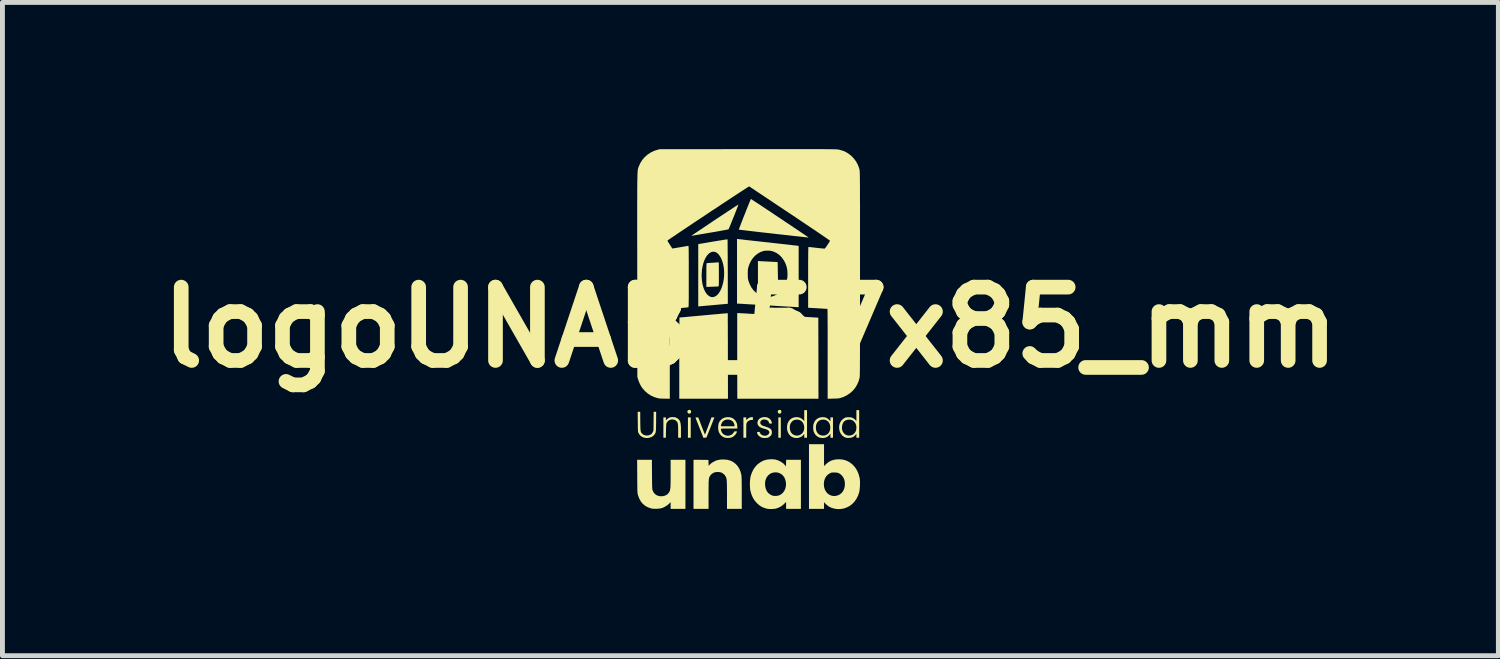
<source format=kicad_pcb>
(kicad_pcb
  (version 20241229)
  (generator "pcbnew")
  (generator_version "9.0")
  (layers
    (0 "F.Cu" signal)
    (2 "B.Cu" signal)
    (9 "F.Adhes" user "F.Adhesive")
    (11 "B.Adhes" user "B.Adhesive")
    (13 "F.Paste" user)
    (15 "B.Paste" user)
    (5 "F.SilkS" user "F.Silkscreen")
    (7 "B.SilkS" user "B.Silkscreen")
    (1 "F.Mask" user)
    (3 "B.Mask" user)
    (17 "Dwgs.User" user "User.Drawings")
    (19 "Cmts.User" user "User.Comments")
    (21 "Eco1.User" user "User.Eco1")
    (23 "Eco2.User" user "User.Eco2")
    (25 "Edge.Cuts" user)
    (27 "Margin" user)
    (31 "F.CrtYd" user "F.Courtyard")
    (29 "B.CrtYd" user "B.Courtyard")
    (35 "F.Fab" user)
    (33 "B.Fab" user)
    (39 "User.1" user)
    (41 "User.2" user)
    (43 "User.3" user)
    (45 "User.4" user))
  (footprint "logoUNAB_57x85_mm"
    (layer "F.Cu")
    (at 12.3 3.645)
    (property "Reference" "logoUNAB_57x85_mm" (at 0 0 0) (layer "F.SilkS") (effects (font (size 1.5 1.5) (thickness 0.3))))
    (attr board_only exclude_from_pos_files exclude_from_bom)
    (fp_poly (pts (xy -1.221 2.051) (xy -1.221 2.259) (xy -1.249 2.259) (xy -1.278 2.259) (xy -1.278 2.051) (xy -1.278 1.843) (xy -1.249 1.843) (xy -1.221 1.843)) (stroke (width 0) (type solid)) (fill yes) (layer "F.SilkS"))
    (fp_poly (pts (xy 0.622 2.051) (xy 0.622 2.259) (xy 0.596 2.259) (xy 0.571 2.259) (xy 0.571 2.051) (xy 0.571 1.843) (xy 0.596 1.843) (xy 0.622 1.843)) (stroke (width 0) (type solid)) (fill yes) (layer "F.SilkS"))
    (fp_poly (pts (xy -1.234 1.691) (xy -1.222 1.7) (xy -1.216 1.71) (xy -1.212 1.729) (xy -1.217 1.747) (xy -1.229 1.76) (xy -1.245 1.768) (xy -1.261 1.765) (xy -1.274 1.757) (xy -1.287 1.741) (xy -1.29 1.724) (xy -1.285 1.707) (xy -1.273 1.695) (xy -1.255 1.689) (xy -1.252 1.689)) (stroke (width 0) (type solid)) (fill yes) (layer "F.SilkS"))
    (fp_poly (pts (xy 0.62 1.694) (xy 0.624 1.698) (xy 0.632 1.712) (xy 0.633 1.731) (xy 0.628 1.749) (xy 0.622 1.757) (xy 0.605 1.767) (xy 0.587 1.766) (xy 0.572 1.757) (xy 0.562 1.741) (xy 0.559 1.723) (xy 0.564 1.705) (xy 0.57 1.698) (xy 0.585 1.691) (xy 0.603 1.689)) (stroke (width 0) (type solid)) (fill yes) (layer "F.SilkS"))
    (fp_poly (pts (xy 0.051 1.866) (xy 0.051 1.894) (xy 0.029 1.894) (xy -0.006 1.899) (xy -0.037 1.912) (xy -0.061 1.932) (xy -0.075 1.954) (xy -0.078 1.962) (xy -0.081 1.972) (xy -0.083 1.984) (xy -0.084 2.001) (xy -0.085 2.024) (xy -0.085 2.055) (xy -0.085 2.095) (xy -0.085 2.118) (xy -0.086 2.259) (xy -0.114 2.259) (xy -0.143 2.259) (xy -0.143 2.051) (xy -0.143 1.843) (xy -0.114 1.843) (xy -0.086 1.843) (xy -0.086 1.872) (xy -0.086 1.901) (xy -0.066 1.88) (xy -0.04 1.859) (xy -0.009 1.844) (xy 0.023 1.837) (xy 0.027 1.837) (xy 0.051 1.837)) (stroke (width 0) (type solid)) (fill yes) (layer "F.SilkS"))
    (fp_poly (pts (xy -0.264 -0.291) (xy -0.247 -0.29) (xy -0.22 -0.289) (xy -0.184 -0.287) (xy -0.139 -0.285) (xy -0.086 -0.282) (xy -0.025 -0.278) (xy 0.043 -0.275) (xy 0.117 -0.27) (xy 0.196 -0.266) (xy 0.281 -0.261) (xy 0.37 -0.256) (xy 0.464 -0.251) (xy 0.56 -0.245) (xy 0.561 -0.245) (xy 1.389 -0.197) (xy 1.391 0.632) (xy 1.392 1.461) (xy 0.562 1.461) (xy -0.268 1.461) (xy -0.27 0.586) (xy -0.27 0.487) (xy -0.27 0.391) (xy -0.27 0.299) (xy -0.27 0.212) (xy -0.27 0.129) (xy -0.27 0.052) (xy -0.27 -0.019) (xy -0.27 -0.083) (xy -0.27 -0.14) (xy -0.27 -0.189) (xy -0.27 -0.229) (xy -0.27 -0.259) (xy -0.27 -0.28) (xy -0.269 -0.29) (xy -0.269 -0.291)) (stroke (width 0) (type solid)) (fill yes) (layer "F.SilkS"))
    (fp_poly (pts (xy 0.184 -1.354) (xy 0.197 -1.353) (xy 0.22 -1.352) (xy 0.251 -1.35) (xy 0.288 -1.348) (xy 0.33 -1.346) (xy 0.374 -1.344) (xy 0.385 -1.343) (xy 0.428 -1.341) (xy 0.467 -1.339) (xy 0.5 -1.337) (xy 0.527 -1.336) (xy 0.546 -1.334) (xy 0.556 -1.334) (xy 0.557 -1.333) (xy 0.557 -1.328) (xy 0.557 -1.312) (xy 0.558 -1.286) (xy 0.559 -1.253) (xy 0.559 -1.214) (xy 0.56 -1.168) (xy 0.561 -1.118) (xy 0.562 -1.08) (xy 0.566 -0.827) (xy 0.53 -0.828) (xy 0.512 -0.829) (xy 0.486 -0.83) (xy 0.453 -0.831) (xy 0.417 -0.832) (xy 0.385 -0.833) (xy 0.346 -0.835) (xy 0.305 -0.836) (xy 0.267 -0.837) (xy 0.234 -0.838) (xy 0.215 -0.838) (xy 0.154 -0.839) (xy 0.154 -1.097) (xy 0.154 -1.356)) (stroke (width 0) (type solid)) (fill yes) (layer "F.SilkS"))
    (fp_poly (pts (xy -0.745 1.864) (xy -0.749 1.874) (xy -0.756 1.894) (xy -0.767 1.921) (xy -0.78 1.955) (xy -0.796 1.994) (xy -0.812 2.036) (xy -0.826 2.071) (xy -0.899 2.256) (xy -0.93 2.258) (xy -0.962 2.26) (xy -1.04 2.061) (xy -1.058 2.016) (xy -1.074 1.974) (xy -1.089 1.936) (xy -1.102 1.904) (xy -1.112 1.878) (xy -1.118 1.861) (xy -1.122 1.853) (xy -1.122 1.852) (xy -1.123 1.847) (xy -1.118 1.844) (xy -1.107 1.843) (xy -1.095 1.844) (xy -1.065 1.846) (xy -0.999 2.021) (xy -0.983 2.063) (xy -0.968 2.101) (xy -0.955 2.134) (xy -0.944 2.161) (xy -0.936 2.181) (xy -0.931 2.192) (xy -0.93 2.194) (xy -0.927 2.188) (xy -0.921 2.173) (xy -0.912 2.15) (xy -0.9 2.12) (xy -0.886 2.084) (xy -0.871 2.044) (xy -0.861 2.017) (xy -0.796 1.843) (xy -0.766 1.843) (xy -0.736 1.843)) (stroke (width 0) (type solid)) (fill yes) (layer "F.SilkS"))
    (fp_poly (pts (xy -0.648 -1.324) (xy -0.647 -1.308) (xy -0.646 -1.283) (xy -0.646 -1.25) (xy -0.645 -1.211) (xy -0.645 -1.166) (xy -0.645 -1.116) (xy -0.645 -1.084) (xy -0.645 -1.025) (xy -0.645 -0.976) (xy -0.645 -0.936) (xy -0.645 -0.905) (xy -0.646 -0.881) (xy -0.647 -0.864) (xy -0.648 -0.852) (xy -0.649 -0.844) (xy -0.651 -0.839) (xy -0.653 -0.837) (xy -0.655 -0.837) (xy -0.663 -0.836) (xy -0.681 -0.834) (xy -0.707 -0.833) (xy -0.739 -0.832) (xy -0.774 -0.83) (xy -0.783 -0.83) (xy -0.901 -0.826) (xy -0.901 -1.069) (xy -0.901 -1.131) (xy -0.901 -1.182) (xy -0.901 -1.223) (xy -0.9 -1.255) (xy -0.899 -1.279) (xy -0.898 -1.296) (xy -0.897 -1.307) (xy -0.895 -1.312) (xy -0.894 -1.312) (xy -0.887 -1.313) (xy -0.869 -1.314) (xy -0.845 -1.316) (xy -0.814 -1.318) (xy -0.779 -1.32) (xy -0.77 -1.321) (xy -0.735 -1.323) (xy -0.703 -1.326) (xy -0.677 -1.327) (xy -0.659 -1.329) (xy -0.65 -1.329) (xy -0.649 -1.329)) (stroke (width 0) (type solid)) (fill yes) (layer "F.SilkS"))
    (fp_poly (pts (xy -0.464 -0.283) (xy -0.463 -0.266) (xy -0.463 -0.24) (xy -0.463 -0.203) (xy -0.463 -0.158) (xy -0.463 -0.105) (xy -0.462 -0.043) (xy -0.462 0.025) (xy -0.462 0.1) (xy -0.462 0.18) (xy -0.461 0.266) (xy -0.461 0.357) (xy -0.461 0.451) (xy -0.461 0.549) (xy -0.461 0.587) (xy -0.459 1.461) (xy -0.957 1.461) (xy -1.455 1.461) (xy -1.455 0.63) (xy -1.455 0.534) (xy -1.455 0.441) (xy -1.455 0.351) (xy -1.454 0.267) (xy -1.454 0.187) (xy -1.454 0.112) (xy -1.454 0.045) (xy -1.453 -0.016) (xy -1.453 -0.07) (xy -1.452 -0.115) (xy -1.452 -0.151) (xy -1.452 -0.177) (xy -1.451 -0.194) (xy -1.451 -0.2) (xy -1.451 -0.2) (xy -1.444 -0.2) (xy -1.428 -0.202) (xy -1.401 -0.204) (xy -1.366 -0.207) (xy -1.323 -0.211) (xy -1.272 -0.216) (xy -1.215 -0.221) (xy -1.152 -0.227) (xy -1.085 -0.233) (xy -1.014 -0.239) (xy -0.956 -0.245) (xy -0.882 -0.251) (xy -0.812 -0.258) (xy -0.746 -0.264) (xy -0.684 -0.269) (xy -0.629 -0.274) (xy -0.58 -0.279) (xy -0.539 -0.282) (xy -0.506 -0.285) (xy -0.482 -0.287) (xy -0.467 -0.288) (xy -0.464 -0.288)) (stroke (width 0) (type solid)) (fill yes) (layer "F.SilkS"))
    (fp_poly (pts (xy -1.548 1.84) (xy -1.515 1.85) (xy -1.486 1.868) (xy -1.473 1.879) (xy -1.459 1.894) (xy -1.447 1.91) (xy -1.438 1.93) (xy -1.431 1.953) (xy -1.427 1.981) (xy -1.423 2.016) (xy -1.421 2.06) (xy -1.421 2.112) (xy -1.421 2.135) (xy -1.421 2.259) (xy -1.449 2.259) (xy -1.478 2.259) (xy -1.478 2.126) (xy -1.478 2.076) (xy -1.479 2.035) (xy -1.481 2.003) (xy -1.484 1.978) (xy -1.488 1.958) (xy -1.494 1.943) (xy -1.502 1.931) (xy -1.512 1.92) (xy -1.513 1.919) (xy -1.532 1.903) (xy -1.55 1.893) (xy -1.572 1.887) (xy -1.581 1.886) (xy -1.617 1.885) (xy -1.65 1.895) (xy -1.68 1.913) (xy -1.703 1.937) (xy -1.718 1.966) (xy -1.72 1.98) (xy -1.723 2.004) (xy -1.724 2.037) (xy -1.726 2.078) (xy -1.727 2.124) (xy -1.73 2.259) (xy -1.755 2.259) (xy -1.78 2.259) (xy -1.78 2.051) (xy -1.78 1.843) (xy -1.754 1.843) (xy -1.729 1.843) (xy -1.729 1.875) (xy -1.729 1.908) (xy -1.712 1.887) (xy -1.696 1.873) (xy -1.676 1.858) (xy -1.665 1.852) (xy -1.647 1.844) (xy -1.629 1.839) (xy -1.608 1.837) (xy -1.589 1.837)) (stroke (width 0) (type solid)) (fill yes) (layer "F.SilkS"))
    (fp_poly (pts (xy -2.253 1.921) (xy -2.252 1.977) (xy -2.251 2.022) (xy -2.25 2.059) (xy -2.249 2.088) (xy -2.246 2.11) (xy -2.243 2.128) (xy -2.239 2.142) (xy -2.234 2.153) (xy -2.227 2.162) (xy -2.218 2.172) (xy -2.215 2.176) (xy -2.188 2.197) (xy -2.155 2.21) (xy -2.119 2.214) (xy -2.082 2.21) (xy -2.047 2.198) (xy -2.029 2.186) (xy -2.016 2.174) (xy -2.004 2.157) (xy -2 2.148) (xy -1.983 2.115) (xy -1.981 1.922) (xy -1.979 1.729) (xy -1.953 1.729) (xy -1.928 1.729) (xy -1.929 1.933) (xy -1.93 1.987) (xy -1.93 2.032) (xy -1.931 2.068) (xy -1.932 2.096) (xy -1.934 2.118) (xy -1.936 2.135) (xy -1.939 2.149) (xy -1.943 2.16) (xy -1.948 2.171) (xy -1.955 2.182) (xy -1.962 2.193) (xy -1.986 2.22) (xy -2.018 2.241) (xy -2.055 2.256) (xy -2.097 2.264) (xy -2.139 2.264) (xy -2.181 2.256) (xy -2.182 2.256) (xy -2.22 2.239) (xy -2.251 2.216) (xy -2.277 2.183) (xy -2.294 2.154) (xy -2.296 2.147) (xy -2.298 2.136) (xy -2.3 2.121) (xy -2.301 2.099) (xy -2.302 2.071) (xy -2.303 2.034) (xy -2.303 1.988) (xy -2.304 1.933) (xy -2.306 1.729) (xy -2.28 1.729) (xy -2.254 1.729)) (stroke (width 0) (type solid)) (fill yes) (layer "F.SilkS"))
    (fp_poly (pts (xy -0.247 -2.504) (xy -0.253 -2.488) (xy -0.262 -2.464) (xy -0.274 -2.433) (xy -0.288 -2.397) (xy -0.304 -2.356) (xy -0.321 -2.313) (xy -0.339 -2.268) (xy -0.357 -2.223) (xy -0.375 -2.179) (xy -0.392 -2.137) (xy -0.407 -2.099) (xy -0.421 -2.065) (xy -0.432 -2.038) (xy -0.441 -2.018) (xy -0.446 -2.007) (xy -0.447 -2.005) (xy -0.454 -2.003) (xy -0.471 -1.999) (xy -0.497 -1.994) (xy -0.532 -1.987) (xy -0.574 -1.98) (xy -0.622 -1.971) (xy -0.676 -1.961) (xy -0.734 -1.951) (xy -0.796 -1.941) (xy -0.816 -1.937) (xy -0.879 -1.927) (xy -0.939 -1.916) (xy -0.995 -1.907) (xy -1.046 -1.898) (xy -1.091 -1.891) (xy -1.129 -1.884) (xy -1.158 -1.879) (xy -1.179 -1.875) (xy -1.19 -1.873) (xy -1.191 -1.873) (xy -1.201 -1.872) (xy -1.204 -1.874) (xy -1.199 -1.877) (xy -1.186 -1.887) (xy -1.164 -1.902) (xy -1.135 -1.922) (xy -1.098 -1.946) (xy -1.056 -1.975) (xy -1.007 -2.007) (xy -0.954 -2.043) (xy -0.896 -2.082) (xy -0.834 -2.123) (xy -0.769 -2.167) (xy -0.725 -2.197) (xy -0.658 -2.241) (xy -0.594 -2.283) (xy -0.534 -2.323) (xy -0.477 -2.361) (xy -0.426 -2.395) (xy -0.379 -2.425) (xy -0.338 -2.452) (xy -0.304 -2.474) (xy -0.277 -2.491) (xy -0.258 -2.503) (xy -0.247 -2.51) (xy -0.245 -2.511)) (stroke (width 0) (type solid)) (fill yes) (layer "F.SilkS"))
    (fp_poly (pts (xy 1.158 1.977) (xy 1.158 2.259) (xy 1.13 2.259) (xy 1.101 2.259) (xy 1.101 2.218) (xy 1.101 2.177) (xy 1.087 2.197) (xy 1.063 2.224) (xy 1.03 2.244) (xy 0.992 2.258) (xy 0.952 2.265) (xy 0.91 2.263) (xy 0.878 2.255) (xy 0.839 2.237) (xy 0.806 2.209) (xy 0.779 2.173) (xy 0.76 2.131) (xy 0.75 2.084) (xy 0.749 2.071) (xy 0.75 2.032) (xy 0.805 2.032) (xy 0.806 2.064) (xy 0.813 2.11) (xy 0.828 2.147) (xy 0.852 2.177) (xy 0.883 2.199) (xy 0.922 2.212) (xy 0.926 2.213) (xy 0.959 2.216) (xy 0.991 2.21) (xy 1.019 2.199) (xy 1.05 2.178) (xy 1.075 2.149) (xy 1.092 2.113) (xy 1.1 2.071) (xy 1.101 2.051) (xy 1.096 2.007) (xy 1.083 1.969) (xy 1.062 1.936) (xy 1.035 1.912) (xy 1.001 1.895) (xy 0.963 1.889) (xy 0.957 1.888) (xy 0.92 1.891) (xy 0.89 1.899) (xy 0.865 1.915) (xy 0.85 1.928) (xy 0.826 1.958) (xy 0.812 1.992) (xy 0.805 2.032) (xy 0.75 2.032) (xy 0.75 2.018) (xy 0.76 1.97) (xy 0.779 1.928) (xy 0.804 1.894) (xy 0.837 1.867) (xy 0.876 1.848) (xy 0.92 1.839) (xy 0.955 1.838) (xy 0.999 1.845) (xy 1.037 1.861) (xy 1.07 1.887) (xy 1.077 1.893) (xy 1.101 1.918) (xy 1.101 1.806) (xy 1.101 1.694) (xy 1.13 1.694) (xy 1.158 1.694)) (stroke (width 0) (type solid)) (fill yes) (layer "F.SilkS"))
    (fp_poly (pts (xy 0.015 -2.622) (xy 0.029 -2.613) (xy 0.05 -2.599) (xy 0.08 -2.58) (xy 0.116 -2.556) (xy 0.158 -2.529) (xy 0.205 -2.498) (xy 0.257 -2.463) (xy 0.313 -2.426) (xy 0.372 -2.387) (xy 0.434 -2.346) (xy 0.497 -2.303) (xy 0.562 -2.26) (xy 0.627 -2.217) (xy 0.692 -2.173) (xy 0.756 -2.13) (xy 0.819 -2.089) (xy 0.879 -2.048) (xy 0.936 -2.01) (xy 0.99 -1.974) (xy 1.039 -1.94) (xy 1.083 -1.911) (xy 1.122 -1.884) (xy 1.154 -1.863) (xy 1.176 -1.847) (xy 1.19 -1.838) (xy 1.172 -1.838) (xy 1.165 -1.839) (xy 1.146 -1.841) (xy 1.118 -1.844) (xy 1.08 -1.848) (xy 1.034 -1.853) (xy 0.981 -1.859) (xy 0.92 -1.865) (xy 0.852 -1.873) (xy 0.779 -1.881) (xy 0.702 -1.89) (xy 0.619 -1.899) (xy 0.534 -1.908) (xy 0.461 -1.917) (xy 0.373 -1.927) (xy 0.288 -1.936) (xy 0.207 -1.945) (xy 0.131 -1.954) (xy 0.06 -1.962) (xy -0.005 -1.97) (xy -0.063 -1.977) (xy -0.115 -1.983) (xy -0.158 -1.988) (xy -0.192 -1.992) (xy -0.218 -1.995) (xy -0.233 -1.997) (xy -0.237 -1.998) (xy -0.236 -2.004) (xy -0.23 -2.019) (xy -0.222 -2.042) (xy -0.21 -2.073) (xy -0.196 -2.11) (xy -0.18 -2.151) (xy -0.162 -2.197) (xy -0.144 -2.245) (xy -0.124 -2.294) (xy -0.104 -2.344) (xy -0.085 -2.394) (xy -0.066 -2.441) (xy -0.048 -2.485) (xy -0.032 -2.525) (xy -0.018 -2.56) (xy -0.006 -2.589) (xy 0.003 -2.61) (xy 0.008 -2.622) (xy 0.01 -2.625)) (stroke (width 0) (type solid)) (fill yes) (layer "F.SilkS"))
    (fp_poly (pts (xy 1.506 1.839) (xy 1.541 1.846) (xy 1.572 1.862) (xy 1.602 1.886) (xy 1.604 1.888) (xy 1.637 1.922) (xy 1.637 1.882) (xy 1.637 1.843) (xy 1.663 1.843) (xy 1.689 1.843) (xy 1.689 2.051) (xy 1.689 2.259) (xy 1.663 2.259) (xy 1.637 2.259) (xy 1.637 2.215) (xy 1.637 2.193) (xy 1.636 2.182) (xy 1.634 2.179) (xy 1.631 2.182) (xy 1.614 2.205) (xy 1.59 2.227) (xy 1.563 2.245) (xy 1.56 2.247) (xy 1.528 2.258) (xy 1.491 2.264) (xy 1.452 2.263) (xy 1.416 2.256) (xy 1.41 2.255) (xy 1.371 2.235) (xy 1.338 2.206) (xy 1.311 2.17) (xy 1.293 2.128) (xy 1.292 2.126) (xy 1.287 2.097) (xy 1.284 2.061) (xy 1.284 2.051) (xy 1.339 2.051) (xy 1.343 2.097) (xy 1.356 2.136) (xy 1.377 2.168) (xy 1.405 2.193) (xy 1.439 2.208) (xy 1.479 2.215) (xy 1.514 2.213) (xy 1.535 2.208) (xy 1.554 2.2) (xy 1.559 2.197) (xy 1.592 2.171) (xy 1.615 2.139) (xy 1.629 2.1) (xy 1.634 2.054) (xy 1.634 2.051) (xy 1.63 2.006) (xy 1.618 1.969) (xy 1.597 1.937) (xy 1.585 1.925) (xy 1.557 1.904) (xy 1.529 1.892) (xy 1.495 1.888) (xy 1.486 1.888) (xy 1.445 1.893) (xy 1.409 1.907) (xy 1.38 1.93) (xy 1.359 1.961) (xy 1.344 2) (xy 1.339 2.045) (xy 1.339 2.051) (xy 1.284 2.051) (xy 1.285 2.024) (xy 1.289 1.99) (xy 1.293 1.974) (xy 1.311 1.93) (xy 1.338 1.894) (xy 1.371 1.867) (xy 1.412 1.848) (xy 1.459 1.839) (xy 1.464 1.838)) (stroke (width 0) (type solid)) (fill yes) (layer "F.SilkS"))
    (fp_poly (pts (xy -2.013 3.008) (xy -2.012 3.075) (xy -2.012 3.131) (xy -2.011 3.178) (xy -2.011 3.216) (xy -2.01 3.247) (xy -2.009 3.272) (xy -2.008 3.291) (xy -2.007 3.306) (xy -2.005 3.317) (xy -2.003 3.326) (xy -2.001 3.334) (xy -2 3.336) (xy -1.98 3.378) (xy -1.952 3.411) (xy -1.918 3.435) (xy -1.876 3.451) (xy -1.838 3.456) (xy -1.788 3.454) (xy -1.745 3.443) (xy -1.707 3.423) (xy -1.677 3.395) (xy -1.665 3.377) (xy -1.658 3.365) (xy -1.652 3.353) (xy -1.647 3.34) (xy -1.643 3.324) (xy -1.64 3.306) (xy -1.637 3.283) (xy -1.635 3.254) (xy -1.634 3.22) (xy -1.633 3.178) (xy -1.632 3.128) (xy -1.632 3.069) (xy -1.632 2.999) (xy -1.632 2.991) (xy -1.632 2.71) (xy -1.481 2.71) (xy -1.329 2.71) (xy -1.329 3.212) (xy -1.329 3.714) (xy -1.481 3.714) (xy -1.632 3.714) (xy -1.632 3.645) (xy -1.632 3.576) (xy -1.663 3.608) (xy -1.701 3.64) (xy -1.746 3.669) (xy -1.793 3.692) (xy -1.809 3.697) (xy -1.841 3.705) (xy -1.881 3.71) (xy -1.924 3.713) (xy -1.968 3.712) (xy -2.008 3.709) (xy -2.035 3.704) (xy -2.097 3.682) (xy -2.151 3.652) (xy -2.199 3.614) (xy -2.239 3.566) (xy -2.271 3.51) (xy -2.296 3.446) (xy -2.3 3.431) (xy -2.303 3.422) (xy -2.305 3.412) (xy -2.307 3.402) (xy -2.309 3.39) (xy -2.31 3.375) (xy -2.311 3.356) (xy -2.312 3.333) (xy -2.313 3.304) (xy -2.313 3.269) (xy -2.314 3.226) (xy -2.314 3.174) (xy -2.315 3.113) (xy -2.315 3.048) (xy -2.317 2.71) (xy -2.166 2.71) (xy -2.015 2.71)) (stroke (width 0) (type solid)) (fill yes) (layer "F.SilkS"))
    (fp_poly (pts (xy 2.225 1.977) (xy 2.225 2.259) (xy 2.197 2.259) (xy 2.168 2.259) (xy 2.168 2.219) (xy 2.168 2.179) (xy 2.149 2.203) (xy 2.121 2.231) (xy 2.085 2.251) (xy 2.043 2.261) (xy 2.017 2.263) (xy 1.994 2.263) (xy 1.973 2.262) (xy 1.959 2.26) (xy 1.957 2.26) (xy 1.913 2.24) (xy 1.876 2.212) (xy 1.848 2.175) (xy 1.828 2.132) (xy 1.821 2.106) (xy 1.816 2.067) (xy 1.872 2.067) (xy 1.877 2.099) (xy 1.891 2.137) (xy 1.914 2.169) (xy 1.942 2.193) (xy 1.976 2.209) (xy 2.012 2.215) (xy 2.051 2.212) (xy 2.089 2.198) (xy 2.098 2.193) (xy 2.121 2.174) (xy 2.142 2.148) (xy 2.158 2.118) (xy 2.162 2.105) (xy 2.166 2.081) (xy 2.168 2.052) (xy 2.166 2.022) (xy 2.162 1.997) (xy 2.162 1.996) (xy 2.147 1.962) (xy 2.125 1.932) (xy 2.096 1.908) (xy 2.089 1.904) (xy 2.055 1.892) (xy 2.018 1.888) (xy 1.982 1.893) (xy 1.948 1.904) (xy 1.919 1.923) (xy 1.913 1.929) (xy 1.895 1.956) (xy 1.881 1.99) (xy 1.874 2.029) (xy 1.872 2.067) (xy 1.816 2.067) (xy 1.815 2.054) (xy 1.818 2.005) (xy 1.831 1.959) (xy 1.853 1.918) (xy 1.884 1.884) (xy 1.922 1.857) (xy 1.924 1.856) (xy 1.94 1.848) (xy 1.954 1.843) (xy 1.971 1.841) (xy 1.994 1.84) (xy 2.008 1.84) (xy 2.035 1.84) (xy 2.055 1.842) (xy 2.071 1.846) (xy 2.087 1.852) (xy 2.095 1.856) (xy 2.117 1.869) (xy 2.137 1.885) (xy 2.148 1.896) (xy 2.168 1.919) (xy 2.168 1.807) (xy 2.168 1.694) (xy 2.197 1.694) (xy 2.225 1.694)) (stroke (width 0) (type solid)) (fill yes) (layer "F.SilkS"))
    (fp_poly (pts (xy -0.526 2.705) (xy -0.483 2.709) (xy -0.46 2.713) (xy -0.4 2.731) (xy -0.346 2.76) (xy -0.299 2.797) (xy -0.259 2.842) (xy -0.226 2.896) (xy -0.201 2.957) (xy -0.185 3.022) (xy -0.183 3.035) (xy -0.182 3.052) (xy -0.181 3.075) (xy -0.179 3.103) (xy -0.179 3.139) (xy -0.178 3.182) (xy -0.178 3.233) (xy -0.177 3.294) (xy -0.177 3.366) (xy -0.177 3.39) (xy -0.177 3.714) (xy -0.328 3.714) (xy -0.479 3.714) (xy -0.479 3.43) (xy -0.479 3.359) (xy -0.48 3.299) (xy -0.48 3.248) (xy -0.481 3.205) (xy -0.482 3.17) (xy -0.484 3.141) (xy -0.486 3.117) (xy -0.49 3.098) (xy -0.493 3.082) (xy -0.498 3.069) (xy -0.503 3.057) (xy -0.51 3.045) (xy -0.51 3.044) (xy -0.533 3.014) (xy -0.563 2.989) (xy -0.595 2.971) (xy -0.6 2.969) (xy -0.628 2.963) (xy -0.661 2.96) (xy -0.695 2.961) (xy -0.725 2.965) (xy -0.728 2.966) (xy -0.761 2.98) (xy -0.792 3.001) (xy -0.816 3.026) (xy -0.822 3.034) (xy -0.829 3.045) (xy -0.835 3.056) (xy -0.84 3.067) (xy -0.844 3.079) (xy -0.848 3.093) (xy -0.85 3.111) (xy -0.852 3.133) (xy -0.854 3.16) (xy -0.855 3.194) (xy -0.855 3.234) (xy -0.856 3.283) (xy -0.856 3.342) (xy -0.856 3.411) (xy -0.856 3.416) (xy -0.856 3.714) (xy -1.01 3.714) (xy -1.164 3.714) (xy -1.164 3.212) (xy -1.164 2.71) (xy -1.011 2.711) (xy -0.859 2.713) (xy -0.857 2.774) (xy -0.855 2.835) (xy -0.833 2.81) (xy -0.802 2.782) (xy -0.764 2.756) (xy -0.722 2.734) (xy -0.695 2.723) (xy -0.66 2.714) (xy -0.618 2.707) (xy -0.572 2.704)) (stroke (width 0) (type solid)) (fill yes) (layer "F.SilkS"))
    (fp_poly (pts (xy 1.506 2.615) (xy 1.506 2.839) (xy 1.548 2.798) (xy 1.595 2.759) (xy 1.647 2.73) (xy 1.704 2.711) (xy 1.767 2.701) (xy 1.831 2.7) (xy 1.898 2.708) (xy 1.959 2.725) (xy 2.015 2.752) (xy 2.068 2.79) (xy 2.1 2.818) (xy 2.145 2.87) (xy 2.182 2.93) (xy 2.211 2.997) (xy 2.231 3.069) (xy 2.237 3.099) (xy 2.24 3.131) (xy 2.242 3.17) (xy 2.241 3.213) (xy 2.24 3.258) (xy 2.236 3.301) (xy 2.232 3.34) (xy 2.226 3.37) (xy 2.225 3.375) (xy 2.201 3.446) (xy 2.168 3.509) (xy 2.129 3.566) (xy 2.083 3.614) (xy 2.031 3.654) (xy 1.974 3.684) (xy 1.913 3.706) (xy 1.848 3.717) (xy 1.78 3.718) (xy 1.726 3.711) (xy 1.665 3.695) (xy 1.611 3.67) (xy 1.563 3.635) (xy 1.536 3.609) (xy 1.506 3.578) (xy 1.506 3.646) (xy 1.506 3.714) (xy 1.352 3.714) (xy 1.198 3.714) (xy 1.198 3.215) (xy 1.502 3.215) (xy 1.507 3.266) (xy 1.52 3.312) (xy 1.541 3.354) (xy 1.568 3.389) (xy 1.601 3.417) (xy 1.639 3.437) (xy 1.68 3.449) (xy 1.726 3.451) (xy 1.773 3.443) (xy 1.779 3.441) (xy 1.823 3.422) (xy 1.861 3.393) (xy 1.891 3.357) (xy 1.914 3.313) (xy 1.928 3.263) (xy 1.932 3.23) (xy 1.932 3.174) (xy 1.922 3.122) (xy 1.903 3.076) (xy 1.875 3.037) (xy 1.862 3.024) (xy 1.836 3.001) (xy 1.811 2.986) (xy 1.785 2.976) (xy 1.754 2.971) (xy 1.717 2.97) (xy 1.69 2.97) (xy 1.671 2.971) (xy 1.656 2.973) (xy 1.643 2.978) (xy 1.627 2.986) (xy 1.622 2.989) (xy 1.58 3.017) (xy 1.548 3.052) (xy 1.524 3.094) (xy 1.509 3.143) (xy 1.506 3.16) (xy 1.502 3.215) (xy 1.198 3.215) (xy 1.198 3.052) (xy 1.198 2.391) (xy 1.352 2.391) (xy 1.506 2.391)) (stroke (width 0) (type solid)) (fill yes) (layer "F.SilkS"))
    (fp_poly (pts (xy -0.468 -1.793) (xy -0.467 -1.777) (xy -0.467 -1.75) (xy -0.466 -1.714) (xy -0.466 -1.67) (xy -0.466 -1.617) (xy -0.465 -1.558) (xy -0.465 -1.492) (xy -0.464 -1.421) (xy -0.464 -1.344) (xy -0.464 -1.263) (xy -0.463 -1.179) (xy -0.463 -1.139) (xy -0.462 -0.481) (xy -0.731 -0.457) (xy -0.787 -0.452) (xy -0.84 -0.447) (xy -0.889 -0.443) (xy -0.934 -0.439) (xy -0.972 -0.435) (xy -1.002 -0.433) (xy -1.024 -0.431) (xy -1.034 -0.43) (xy -1.067 -0.426) (xy -1.067 -1.026) (xy -0.997 -1.026) (xy -0.991 -0.954) (xy -0.981 -0.886) (xy -0.965 -0.824) (xy -0.944 -0.768) (xy -0.92 -0.719) (xy -0.891 -0.679) (xy -0.859 -0.648) (xy -0.832 -0.631) (xy -0.8 -0.619) (xy -0.77 -0.617) (xy -0.741 -0.623) (xy -0.707 -0.639) (xy -0.675 -0.665) (xy -0.645 -0.7) (xy -0.618 -0.743) (xy -0.594 -0.794) (xy -0.574 -0.85) (xy -0.558 -0.911) (xy -0.546 -0.975) (xy -0.539 -1.042) (xy -0.537 -1.111) (xy -0.54 -1.179) (xy -0.543 -1.207) (xy -0.553 -1.272) (xy -0.569 -1.333) (xy -0.589 -1.389) (xy -0.613 -1.438) (xy -0.64 -1.479) (xy -0.67 -1.511) (xy -0.701 -1.533) (xy -0.704 -1.534) (xy -0.739 -1.546) (xy -0.773 -1.546) (xy -0.806 -1.536) (xy -0.839 -1.517) (xy -0.869 -1.49) (xy -0.897 -1.454) (xy -0.923 -1.41) (xy -0.946 -1.36) (xy -0.965 -1.304) (xy -0.98 -1.242) (xy -0.991 -1.175) (xy -0.996 -1.104) (xy -0.997 -1.101) (xy -0.997 -1.026) (xy -1.067 -1.026) (xy -1.067 -1.063) (xy -1.067 -1.7) (xy -1.054 -1.703) (xy -1.041 -1.706) (xy -1.019 -1.71) (xy -0.989 -1.715) (xy -0.952 -1.721) (xy -0.911 -1.728) (xy -0.865 -1.736) (xy -0.817 -1.744) (xy -0.767 -1.753) (xy -0.717 -1.761) (xy -0.669 -1.769) (xy -0.622 -1.776) (xy -0.58 -1.783) (xy -0.542 -1.789) (xy -0.511 -1.794) (xy -0.488 -1.797) (xy -0.473 -1.799) (xy -0.468 -1.799)) (stroke (width 0) (type solid)) (fill yes) (layer "F.SilkS"))
    (fp_poly (pts (xy -0.425 1.84) (xy -0.381 1.851) (xy -0.344 1.872) (xy -0.313 1.902) (xy -0.291 1.936) (xy -0.281 1.958) (xy -0.274 1.978) (xy -0.271 2) (xy -0.269 2.023) (xy -0.267 2.071) (xy -0.436 2.071) (xy -0.485 2.071) (xy -0.525 2.071) (xy -0.555 2.071) (xy -0.577 2.073) (xy -0.592 2.075) (xy -0.6 2.079) (xy -0.604 2.084) (xy -0.605 2.092) (xy -0.602 2.102) (xy -0.598 2.115) (xy -0.596 2.122) (xy -0.581 2.155) (xy -0.558 2.182) (xy -0.53 2.201) (xy -0.499 2.213) (xy -0.465 2.218) (xy -0.431 2.215) (xy -0.399 2.204) (xy -0.37 2.186) (xy -0.347 2.159) (xy -0.34 2.147) (xy -0.333 2.136) (xy -0.326 2.13) (xy -0.313 2.128) (xy -0.302 2.128) (xy -0.285 2.128) (xy -0.277 2.13) (xy -0.276 2.135) (xy -0.277 2.141) (xy -0.292 2.175) (xy -0.317 2.207) (xy -0.348 2.233) (xy -0.376 2.25) (xy -0.405 2.259) (xy -0.44 2.263) (xy -0.476 2.264) (xy -0.51 2.26) (xy -0.529 2.255) (xy -0.567 2.238) (xy -0.597 2.215) (xy -0.622 2.186) (xy -0.643 2.147) (xy -0.646 2.142) (xy -0.653 2.117) (xy -0.658 2.085) (xy -0.66 2.049) (xy -0.658 2.018) (xy -0.605 2.018) (xy -0.603 2.02) (xy -0.596 2.022) (xy -0.583 2.024) (xy -0.562 2.024) (xy -0.534 2.025) (xy -0.495 2.025) (xy -0.465 2.025) (xy -0.325 2.025) (xy -0.325 2.007) (xy -0.329 1.984) (xy -0.34 1.958) (xy -0.354 1.934) (xy -0.37 1.917) (xy -0.372 1.916) (xy -0.406 1.897) (xy -0.442 1.887) (xy -0.48 1.887) (xy -0.516 1.895) (xy -0.548 1.912) (xy -0.571 1.933) (xy -0.582 1.951) (xy -0.593 1.974) (xy -0.601 1.997) (xy -0.605 2.016) (xy -0.605 2.018) (xy -0.658 2.018) (xy -0.658 2.013) (xy -0.653 1.981) (xy -0.649 1.965) (xy -0.629 1.924) (xy -0.6 1.89) (xy -0.564 1.863) (xy -0.522 1.846) (xy -0.474 1.838)) (stroke (width 0) (type solid)) (fill yes) (layer "F.SilkS"))
    (fp_poly (pts (xy 0.315 1.838) (xy 0.353 1.847) (xy 0.385 1.865) (xy 0.411 1.889) (xy 0.429 1.921) (xy 0.437 1.947) (xy 0.441 1.968) (xy 0.412 1.968) (xy 0.395 1.968) (xy 0.386 1.965) (xy 0.382 1.958) (xy 0.38 1.949) (xy 0.37 1.925) (xy 0.353 1.907) (xy 0.329 1.894) (xy 0.303 1.887) (xy 0.275 1.885) (xy 0.249 1.89) (xy 0.226 1.902) (xy 0.21 1.92) (xy 0.208 1.922) (xy 0.201 1.945) (xy 0.203 1.966) (xy 0.217 1.987) (xy 0.217 1.988) (xy 0.226 1.997) (xy 0.237 2.005) (xy 0.252 2.012) (xy 0.273 2.02) (xy 0.302 2.029) (xy 0.307 2.031) (xy 0.351 2.046) (xy 0.384 2.06) (xy 0.408 2.075) (xy 0.425 2.092) (xy 0.434 2.111) (xy 0.439 2.134) (xy 0.439 2.147) (xy 0.438 2.168) (xy 0.434 2.188) (xy 0.431 2.196) (xy 0.416 2.217) (xy 0.394 2.236) (xy 0.369 2.252) (xy 0.351 2.259) (xy 0.325 2.263) (xy 0.294 2.264) (xy 0.264 2.263) (xy 0.242 2.26) (xy 0.21 2.248) (xy 0.182 2.229) (xy 0.159 2.207) (xy 0.143 2.182) (xy 0.137 2.156) (xy 0.137 2.154) (xy 0.138 2.145) (xy 0.143 2.141) (xy 0.155 2.14) (xy 0.163 2.139) (xy 0.179 2.14) (xy 0.188 2.144) (xy 0.194 2.154) (xy 0.198 2.162) (xy 0.211 2.186) (xy 0.233 2.202) (xy 0.263 2.214) (xy 0.264 2.214) (xy 0.301 2.219) (xy 0.333 2.213) (xy 0.36 2.196) (xy 0.366 2.191) (xy 0.383 2.17) (xy 0.388 2.149) (xy 0.382 2.129) (xy 0.376 2.12) (xy 0.366 2.11) (xy 0.355 2.101) (xy 0.338 2.093) (xy 0.316 2.085) (xy 0.284 2.075) (xy 0.28 2.074) (xy 0.243 2.063) (xy 0.215 2.052) (xy 0.194 2.041) (xy 0.178 2.029) (xy 0.167 2.017) (xy 0.15 1.991) (xy 0.144 1.962) (xy 0.146 1.932) (xy 0.157 1.904) (xy 0.176 1.878) (xy 0.201 1.858) (xy 0.229 1.846) (xy 0.273 1.837)) (stroke (width 0) (type solid)) (fill yes) (layer "F.SilkS"))
    (fp_poly (pts (xy 0.488 2.702) (xy 0.513 2.706) (xy 0.56 2.72) (xy 0.606 2.741) (xy 0.649 2.767) (xy 0.685 2.796) (xy 0.71 2.824) (xy 0.727 2.848) (xy 0.729 2.779) (xy 0.731 2.71) (xy 0.882 2.71) (xy 1.033 2.71) (xy 1.033 3.212) (xy 1.033 3.714) (xy 0.881 3.714) (xy 0.73 3.714) (xy 0.73 3.643) (xy 0.73 3.572) (xy 0.689 3.613) (xy 0.64 3.654) (xy 0.587 3.685) (xy 0.533 3.705) (xy 0.499 3.712) (xy 0.457 3.716) (xy 0.414 3.717) (xy 0.373 3.716) (xy 0.345 3.712) (xy 0.289 3.697) (xy 0.24 3.677) (xy 0.195 3.65) (xy 0.151 3.614) (xy 0.136 3.6) (xy 0.089 3.547) (xy 0.051 3.488) (xy 0.023 3.424) (xy 0.002 3.354) (xy -0.004 3.324) (xy -0.008 3.288) (xy -0.01 3.244) (xy -0.011 3.197) (xy -0.01 3.186) (xy 0.299 3.186) (xy 0.301 3.238) (xy 0.31 3.289) (xy 0.328 3.336) (xy 0.351 3.374) (xy 0.371 3.395) (xy 0.397 3.415) (xy 0.426 3.432) (xy 0.453 3.444) (xy 0.455 3.444) (xy 0.491 3.45) (xy 0.531 3.449) (xy 0.57 3.443) (xy 0.601 3.432) (xy 0.64 3.408) (xy 0.673 3.375) (xy 0.699 3.335) (xy 0.717 3.289) (xy 0.727 3.241) (xy 0.728 3.19) (xy 0.727 3.181) (xy 0.716 3.125) (xy 0.697 3.077) (xy 0.67 3.037) (xy 0.635 3.005) (xy 0.592 2.982) (xy 0.583 2.978) (xy 0.545 2.969) (xy 0.503 2.967) (xy 0.46 2.973) (xy 0.422 2.986) (xy 0.421 2.987) (xy 0.386 3.009) (xy 0.354 3.04) (xy 0.329 3.075) (xy 0.322 3.089) (xy 0.306 3.136) (xy 0.299 3.186) (xy -0.01 3.186) (xy -0.009 3.15) (xy -0.005 3.105) (xy 0.000135 3.067) (xy 0.005 3.046) (xy 0.029 2.974) (xy 0.061 2.908) (xy 0.101 2.851) (xy 0.147 2.802) (xy 0.201 2.762) (xy 0.26 2.73) (xy 0.294 2.718) (xy 0.338 2.707) (xy 0.388 2.701) (xy 0.44 2.699)) (stroke (width 0) (type solid)) (fill yes) (layer "F.SilkS"))
    (fp_poly (pts (xy -0.255 -1.805) (xy -0.247 -1.804) (xy -0.228 -1.802) (xy -0.2 -1.799) (xy -0.162 -1.795) (xy -0.117 -1.789) (xy -0.064 -1.783) (xy -0.004 -1.777) (xy 0.062 -1.769) (xy 0.133 -1.762) (xy 0.208 -1.753) (xy 0.287 -1.744) (xy 0.354 -1.737) (xy 0.435 -1.728) (xy 0.513 -1.719) (xy 0.588 -1.711) (xy 0.658 -1.703) (xy 0.723 -1.696) (xy 0.782 -1.689) (xy 0.835 -1.683) (xy 0.879 -1.678) (xy 0.915 -1.674) (xy 0.942 -1.671) (xy 0.96 -1.669) (xy 0.966 -1.668) (xy 0.987 -1.665) (xy 0.987 -1.038) (xy 0.987 -0.411) (xy 0.971 -0.411) (xy 0.964 -0.412) (xy 0.945 -0.413) (xy 0.917 -0.415) (xy 0.88 -0.417) (xy 0.834 -0.42) (xy 0.781 -0.423) (xy 0.721 -0.426) (xy 0.655 -0.43) (xy 0.584 -0.434) (xy 0.508 -0.439) (xy 0.429 -0.444) (xy 0.354 -0.448) (xy 0.272 -0.453) (xy 0.193 -0.458) (xy 0.117 -0.462) (xy 0.047 -0.467) (xy -0.018 -0.47) (xy -0.077 -0.474) (xy -0.13 -0.477) (xy -0.174 -0.48) (xy -0.211 -0.482) (xy -0.238 -0.483) (xy -0.255 -0.484) (xy -0.261 -0.485) (xy -0.274 -0.485) (xy -0.274 -1.118) (xy -0.054 -1.118) (xy -0.054 -1.09) (xy -0.053 -1.053) (xy -0.053 -1.025) (xy -0.051 -1.004) (xy -0.048 -0.985) (xy -0.044 -0.968) (xy -0.039 -0.948) (xy -0.038 -0.945) (xy -0.012 -0.876) (xy 0.02 -0.815) (xy 0.06 -0.761) (xy 0.096 -0.724) (xy 0.148 -0.681) (xy 0.204 -0.65) (xy 0.262 -0.629) (xy 0.323 -0.619) (xy 0.386 -0.62) (xy 0.421 -0.625) (xy 0.481 -0.643) (xy 0.537 -0.671) (xy 0.589 -0.708) (xy 0.636 -0.754) (xy 0.677 -0.807) (xy 0.71 -0.866) (xy 0.736 -0.931) (xy 0.751 -0.987) (xy 0.757 -1.031) (xy 0.759 -1.082) (xy 0.757 -1.135) (xy 0.752 -1.186) (xy 0.743 -1.232) (xy 0.739 -1.245) (xy 0.714 -1.314) (xy 0.68 -1.376) (xy 0.64 -1.431) (xy 0.593 -1.478) (xy 0.54 -1.517) (xy 0.483 -1.545) (xy 0.437 -1.56) (xy 0.404 -1.566) (xy 0.365 -1.568) (xy 0.325 -1.568) (xy 0.287 -1.565) (xy 0.265 -1.56) (xy 0.206 -1.539) (xy 0.15 -1.508) (xy 0.099 -1.468) (xy 0.054 -1.42) (xy 0.015 -1.364) (xy -0.017 -1.301) (xy -0.041 -1.233) (xy -0.041 -1.232) (xy -0.046 -1.212) (xy -0.05 -1.193) (xy -0.052 -1.173) (xy -0.053 -1.149) (xy -0.054 -1.118) (xy -0.274 -1.118) (xy -0.274 -1.146) (xy -0.274 -1.808)) (stroke (width 0) (type solid)) (fill yes) (layer "F.SilkS"))
    (fp_poly (pts (xy 0.766 -3.645) (xy 0.9 -3.645) (xy 1.024 -3.645) (xy 1.138 -3.645) (xy 1.241 -3.644) (xy 1.335 -3.644) (xy 1.419 -3.644) (xy 1.494 -3.644) (xy 1.56 -3.643) (xy 1.616 -3.643) (xy 1.664 -3.642) (xy 1.703 -3.642) (xy 1.733 -3.641) (xy 1.755 -3.641) (xy 1.769 -3.64) (xy 1.774 -3.64) (xy 1.817 -3.632) (xy 1.863 -3.62) (xy 1.907 -3.606) (xy 1.943 -3.59) (xy 2.007 -3.552) (xy 2.066 -3.505) (xy 2.118 -3.45) (xy 2.163 -3.389) (xy 2.198 -3.324) (xy 2.224 -3.255) (xy 2.233 -3.217) (xy 2.234 -3.212) (xy 2.235 -3.206) (xy 2.235 -3.198) (xy 2.236 -3.187) (xy 2.237 -3.174) (xy 2.237 -3.158) (xy 2.238 -3.139) (xy 2.238 -3.116) (xy 2.239 -3.089) (xy 2.239 -3.058) (xy 2.24 -3.022) (xy 2.24 -2.981) (xy 2.24 -2.935) (xy 2.241 -2.883) (xy 2.241 -2.825) (xy 2.241 -2.761) (xy 2.241 -2.689) (xy 2.241 -2.611) (xy 2.242 -2.525) (xy 2.242 -2.432) (xy 2.242 -2.33) (xy 2.242 -2.22) (xy 2.242 -2.101) (xy 2.242 -1.973) (xy 2.242 -1.836) (xy 2.242 -1.688) (xy 2.242 -1.531) (xy 2.242 -1.362) (xy 2.242 -1.183) (xy 2.242 -1.09) (xy 2.242 -0.904) (xy 2.242 -0.73) (xy 2.242 -0.566) (xy 2.242 -0.412) (xy 2.242 -0.268) (xy 2.242 -0.134) (xy 2.242 -0.01) (xy 2.242 0.106) (xy 2.242 0.212) (xy 2.242 0.311) (xy 2.241 0.401) (xy 2.241 0.483) (xy 2.241 0.559) (xy 2.241 0.627) (xy 2.24 0.688) (xy 2.24 0.743) (xy 2.24 0.792) (xy 2.24 0.836) (xy 2.239 0.874) (xy 2.239 0.907) (xy 2.238 0.935) (xy 2.238 0.959) (xy 2.237 0.979) (xy 2.237 0.995) (xy 2.236 1.008) (xy 2.235 1.018) (xy 2.235 1.025) (xy 2.234 1.03) (xy 2.234 1.031) (xy 2.212 1.107) (xy 2.18 1.178) (xy 2.14 1.243) (xy 2.091 1.301) (xy 2.033 1.351) (xy 1.969 1.393) (xy 1.898 1.427) (xy 1.856 1.441) (xy 1.837 1.447) (xy 1.82 1.451) (xy 1.802 1.454) (xy 1.781 1.456) (xy 1.755 1.457) (xy 1.722 1.458) (xy 1.693 1.459) (xy 1.58 1.462) (xy 1.58 0.543) (xy 1.58 0.441) (xy 1.58 0.343) (xy 1.58 0.248) (xy 1.58 0.158) (xy 1.58 0.073) (xy 1.58 -0.007) (xy 1.579 -0.081) (xy 1.579 -0.148) (xy 1.579 -0.207) (xy 1.578 -0.259) (xy 1.578 -0.302) (xy 1.577 -0.336) (xy 1.577 -0.36) (xy 1.576 -0.373) (xy 1.576 -0.377) (xy 1.57 -0.377) (xy 1.553 -0.378) (xy 1.528 -0.379) (xy 1.495 -0.381) (xy 1.457 -0.384) (xy 1.415 -0.386) (xy 1.389 -0.388) (xy 1.344 -0.391) (xy 1.302 -0.393) (xy 1.265 -0.395) (xy 1.234 -0.397) (xy 1.211 -0.398) (xy 1.197 -0.399) (xy 1.194 -0.399) (xy 1.181 -0.399) (xy 1.181 -1.021) (xy 1.181 -1.12) (xy 1.181 -1.208) (xy 1.181 -1.286) (xy 1.181 -1.355) (xy 1.182 -1.414) (xy 1.182 -1.465) (xy 1.182 -1.508) (xy 1.183 -1.544) (xy 1.183 -1.573) (xy 1.184 -1.596) (xy 1.185 -1.614) (xy 1.185 -1.627) (xy 1.186 -1.636) (xy 1.187 -1.641) (xy 1.189 -1.643) (xy 1.189 -1.643) (xy 1.197 -1.643) (xy 1.214 -1.641) (xy 1.24 -1.638) (xy 1.272 -1.635) (xy 1.309 -1.63) (xy 1.349 -1.626) (xy 1.39 -1.621) (xy 1.428 -1.617) (xy 1.461 -1.614) (xy 1.487 -1.611) (xy 1.505 -1.61) (xy 1.514 -1.609) (xy 1.52 -1.611) (xy 1.529 -1.619) (xy 1.54 -1.633) (xy 1.555 -1.654) (xy 1.575 -1.684) (xy 1.576 -1.685) (xy 1.593 -1.711) (xy 1.608 -1.735) (xy 1.62 -1.754) (xy 1.627 -1.766) (xy 1.628 -1.769) (xy 1.625 -1.773) (xy 1.614 -1.781) (xy 1.596 -1.795) (xy 1.57 -1.813) (xy 1.535 -1.837) (xy 1.493 -1.866) (xy 1.442 -1.901) (xy 1.383 -1.941) (xy 1.316 -1.987) (xy 1.239 -2.038) (xy 1.154 -2.095) (xy 1.06 -2.158) (xy 0.957 -2.228) (xy 0.844 -2.303) (xy 0.807 -2.328) (xy 0.719 -2.386) (xy 0.634 -2.443) (xy 0.551 -2.498) (xy 0.472 -2.551) (xy 0.398 -2.601) (xy 0.327 -2.648) (xy 0.262 -2.691) (xy 0.202 -2.731) (xy 0.148 -2.767) (xy 0.1 -2.799) (xy 0.06 -2.826) (xy 0.026 -2.848) (xy 0.001 -2.865) (xy -0.016 -2.876) (xy -0.024 -2.882) (xy -0.025 -2.882) (xy -0.03 -2.88) (xy -0.045 -2.871) (xy -0.067 -2.857) (xy -0.098 -2.837) (xy -0.135 -2.813) (xy -0.179 -2.785) (xy -0.229 -2.752) (xy -0.284 -2.716) (xy -0.345 -2.676) (xy -0.409 -2.634) (xy -0.477 -2.589) (xy -0.548 -2.543) (xy -0.621 -2.494) (xy -0.696 -2.444) (xy -0.773 -2.394) (xy -0.85 -2.343) (xy -0.927 -2.291) (xy -1.004 -2.24) (xy -1.08 -2.19) (xy -1.154 -2.141) (xy -1.225 -2.093) (xy -1.294 -2.047) (xy -1.36 -2.003) (xy -1.421 -1.962) (xy -1.478 -1.924) (xy -1.529 -1.889) (xy -1.575 -1.858) (xy -1.615 -1.832) (xy -1.647 -1.809) (xy -1.672 -1.792) (xy -1.689 -1.78) (xy -1.697 -1.774) (xy -1.697 -1.773) (xy -1.694 -1.766) (xy -1.686 -1.751) (xy -1.674 -1.73) (xy -1.658 -1.706) (xy -1.647 -1.688) (xy -1.597 -1.611) (xy -1.436 -1.638) (xy -1.394 -1.645) (xy -1.356 -1.652) (xy -1.323 -1.657) (xy -1.296 -1.662) (xy -1.278 -1.665) (xy -1.269 -1.666) (xy -1.268 -1.666) (xy -1.267 -1.664) (xy -1.266 -1.657) (xy -1.265 -1.646) (xy -1.264 -1.628) (xy -1.263 -1.605) (xy -1.263 -1.575) (xy -1.262 -1.538) (xy -1.262 -1.493) (xy -1.262 -1.439) (xy -1.261 -1.377) (xy -1.261 -1.306) (xy -1.261 -1.225) (xy -1.261 -1.133) (xy -1.261 -1.039) (xy -1.261 -0.941) (xy -1.261 -0.853) (xy -1.261 -0.776) (xy -1.261 -0.708) (xy -1.261 -0.649) (xy -1.261 -0.599) (xy -1.262 -0.556) (xy -1.262 -0.52) (xy -1.263 -0.49) (xy -1.263 -0.467) (xy -1.264 -0.448) (xy -1.265 -0.434) (xy -1.265 -0.424) (xy -1.267 -0.417) (xy -1.268 -0.412) (xy -1.269 -0.41) (xy -1.271 -0.409) (xy -1.271 -0.409) (xy -1.279 -0.408) (xy -1.297 -0.406) (xy -1.323 -0.403) (xy -1.357 -0.4) (xy -1.396 -0.396) (xy -1.439 -0.392) (xy -1.465 -0.39) (xy -1.649 -0.374) (xy -1.649 0.543) (xy -1.649 1.461) (xy -1.75 1.46) (xy -1.795 1.459) (xy -1.831 1.458) (xy -1.86 1.456) (xy -1.885 1.452) (xy -1.898 1.449) (xy -1.968 1.427) (xy -2.036 1.396) (xy -2.099 1.355) (xy -2.157 1.305) (xy -2.206 1.249) (xy -2.216 1.237) (xy -2.243 1.194) (xy -2.268 1.144) (xy -2.289 1.091) (xy -2.3 1.058) (xy -2.313 1.013) (xy -2.315 -1.067) (xy -2.315 -1.252) (xy -2.315 -1.427) (xy -2.315 -1.591) (xy -2.316 -1.744) (xy -2.316 -1.888) (xy -2.316 -2.021) (xy -2.316 -2.146) (xy -2.316 -2.261) (xy -2.316 -2.368) (xy -2.316 -2.467) (xy -2.316 -2.558) (xy -2.315 -2.641) (xy -2.315 -2.717) (xy -2.315 -2.786) (xy -2.315 -2.849) (xy -2.314 -2.906) (xy -2.314 -2.957) (xy -2.313 -3.002) (xy -2.312 -3.042) (xy -2.311 -3.078) (xy -2.311 -3.109) (xy -2.31 -3.137) (xy -2.309 -3.16) (xy -2.307 -3.18) (xy -2.306 -3.198) (xy -2.305 -3.213) (xy -2.303 -3.225) (xy -2.301 -3.236) (xy -2.299 -3.245) (xy -2.297 -3.252) (xy -2.295 -3.259) (xy -2.293 -3.266) (xy -2.29 -3.272) (xy -2.288 -3.279) (xy -2.285 -3.286) (xy -2.282 -3.293) (xy -2.251 -3.361) (xy -2.211 -3.425) (xy -2.161 -3.482) (xy -2.105 -3.532) (xy -2.041 -3.574) (xy -1.972 -3.608) (xy -1.913 -3.627) (xy -1.857 -3.643) (xy -0.066 -3.644) (xy 0.123 -3.645) (xy 0.3 -3.645) (xy 0.466 -3.645) (xy 0.622 -3.645)) (stroke (width 0) (type solid)) (fill yes) (layer "F.SilkS")))
  (gr_rect
    (start -3 -3)
    (end 27.6 10.363)
    (stroke (width 0.1) (type default))
    (fill no)
    (layer "Edge.Cuts")))
</source>
